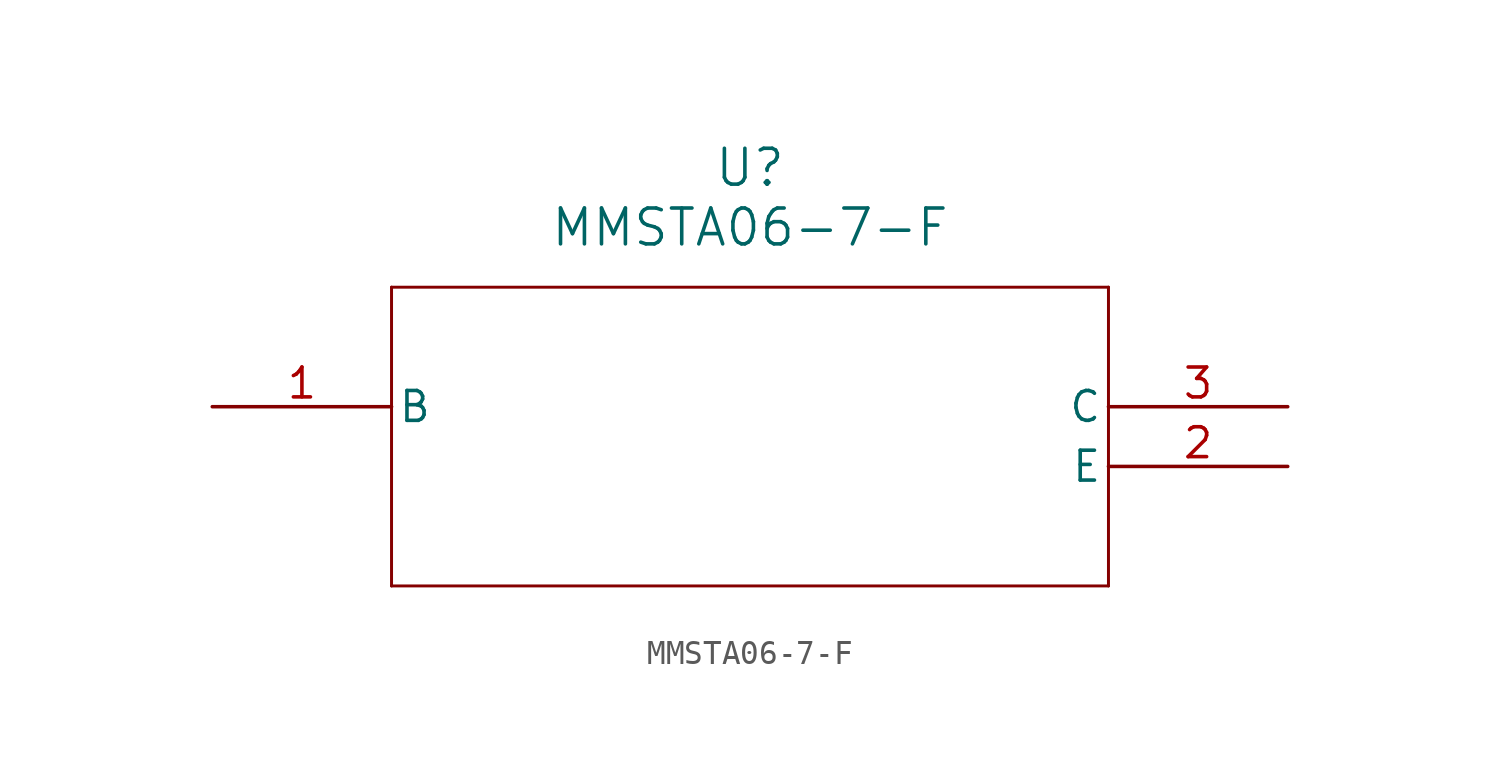
<source format=kicad_sym>
(kicad_symbol_lib
  (version 20211014)
  (generator kicad_symbol_editor)
  (symbol "MMSTA06-7-F"
    (pin_names
      (offset 0.254))
    (property "Reference" "U"
      (at 22.86 10.16 0)
      (effects (font (size 1.524 1.524))))
    (property "Value" "MMSTA06-7-F"
      (at 22.86 7.62 0)
      (effects (font (size 1.524 1.524))))
    (symbol "MMSTA06-7-F_0_1"
      (polyline (pts (xy 7.62 5.08) (xy 7.62 -7.62)) (stroke (width 0.127) (type default) (color 0 0 0 0)) (fill (type none)))
      (polyline (pts (xy 7.62 -7.62) (xy 38.1 -7.62)) (stroke (width 0.127) (type default) (color 0 0 0 0)) (fill (type none)))
      (polyline (pts (xy 38.1 -7.62) (xy 38.1 5.08)) (stroke (width 0.127) (type default) (color 0 0 0 0)) (fill (type none)))
      (polyline (pts (xy 38.1 5.08) (xy 7.62 5.08)) (stroke (width 0.127) (type default) (color 0 0 0 0)) (fill (type none)))
      (pin unspecified line (at 0 0 0) (length 7.62) (name "B" (effects (font (size 1.27 1.27)))) (number "1" (effects (font (size 1.27 1.27)))))
      (pin unspecified line (at 45.72 -2.54 180) (length 7.62) (name "E" (effects (font (size 1.27 1.27)))) (number "2" (effects (font (size 1.27 1.27)))))
      (pin unspecified line (at 45.72 0 180) (length 7.62) (name "C" (effects (font (size 1.27 1.27)))) (number "3" (effects (font (size 1.27 1.27))))))))
</source>
